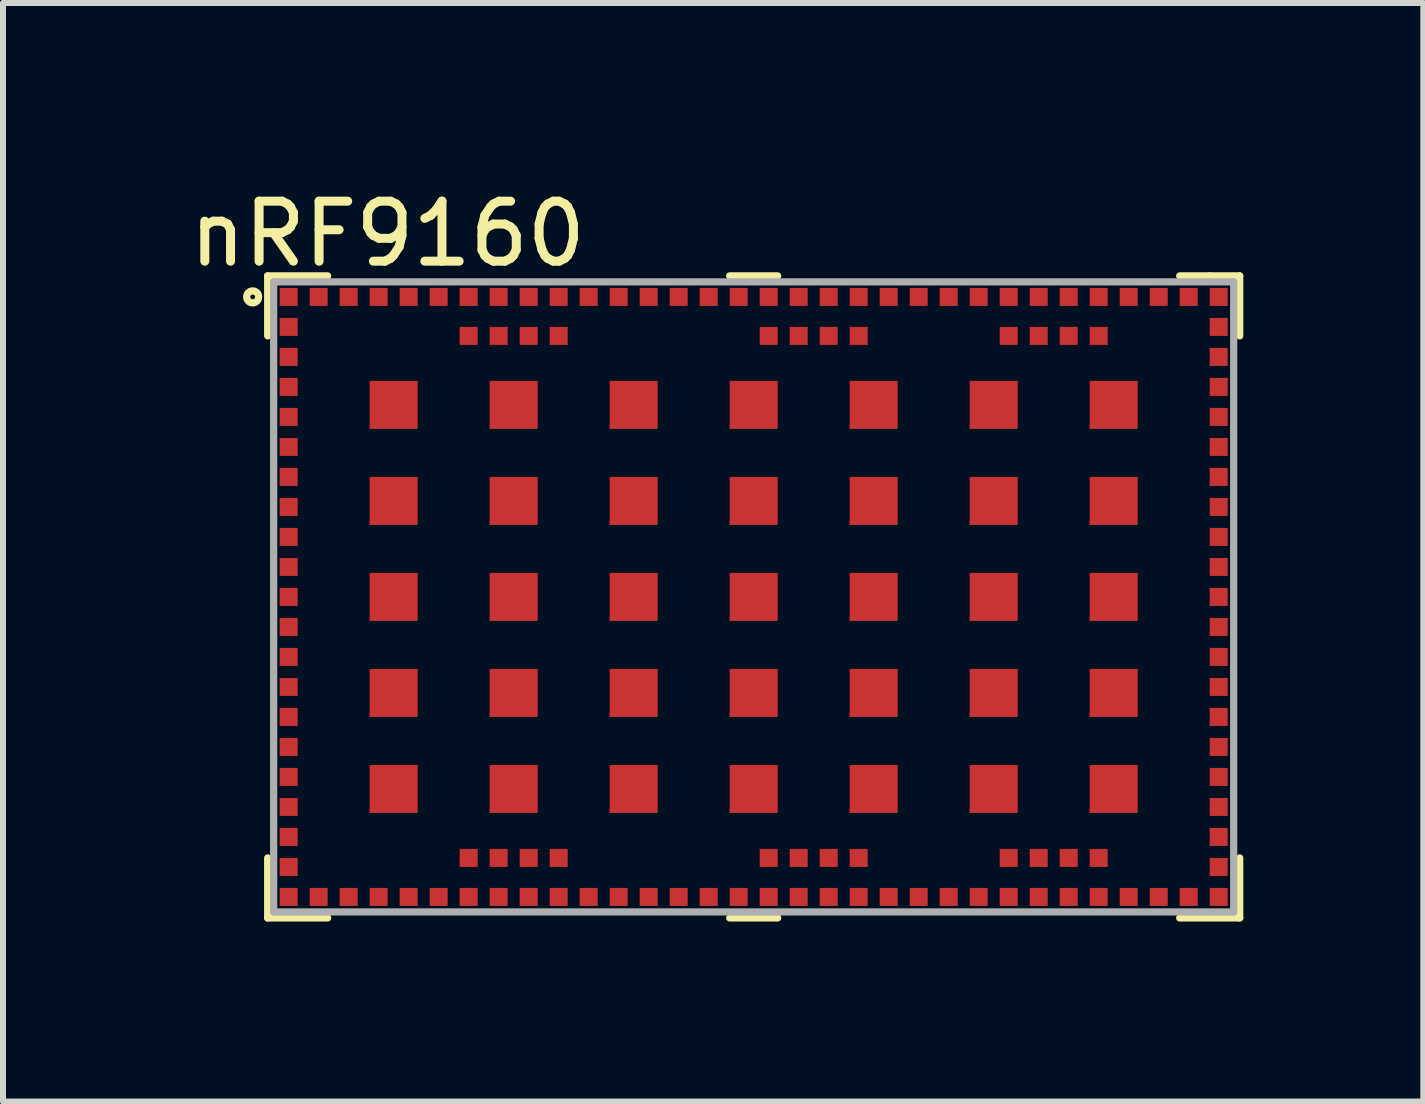
<source format=kicad_pcb>
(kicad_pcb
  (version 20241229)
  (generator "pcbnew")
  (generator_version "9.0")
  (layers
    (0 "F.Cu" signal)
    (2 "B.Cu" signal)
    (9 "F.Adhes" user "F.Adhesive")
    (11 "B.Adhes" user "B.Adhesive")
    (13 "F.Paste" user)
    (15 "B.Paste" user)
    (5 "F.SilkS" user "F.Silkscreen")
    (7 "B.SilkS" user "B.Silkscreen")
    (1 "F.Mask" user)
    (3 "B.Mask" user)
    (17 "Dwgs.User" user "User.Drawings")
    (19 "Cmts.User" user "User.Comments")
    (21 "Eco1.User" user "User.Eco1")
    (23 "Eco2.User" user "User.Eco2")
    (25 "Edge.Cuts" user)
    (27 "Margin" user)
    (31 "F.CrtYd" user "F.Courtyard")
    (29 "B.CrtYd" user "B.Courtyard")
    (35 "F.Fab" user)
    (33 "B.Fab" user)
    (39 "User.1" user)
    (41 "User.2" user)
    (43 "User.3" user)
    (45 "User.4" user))
  (footprint "nRF9160"
    (layer "F.Cu")
    (at 1.761 1.898)
    (property "Reference" "nRF9160" (at 1.65 -1.05 0) (layer "F.SilkS") (effects (font (size 1 1) (thickness 0.15))))
    (attr through_hole)
    (fp_line (start -0.35 -0.35) (end -0.35 0.65) (stroke (width 0.12) (type solid)) (layer "F.SilkS"))
    (fp_line (start -0.35 -0.35) (end 0.65 -0.35) (stroke (width 0.12) (type solid)) (layer "F.SilkS"))
    (fp_line (start -0.35 9.35) (end -0.35 10.35) (stroke (width 0.12) (type solid)) (layer "F.SilkS"))
    (fp_line (start -0.35 10.35) (end 0.65 10.35) (stroke (width 0.12) (type solid)) (layer "F.SilkS"))
    (fp_line (start 7.35 -0.35) (end 8.15 -0.35) (stroke (width 0.12) (type solid)) (layer "F.SilkS"))
    (fp_line (start 7.35 10.35) (end 8.15 10.35) (stroke (width 0.12) (type solid)) (layer "F.SilkS"))
    (fp_line (start 15.35 -0.35) (end 14.85 -0.35) (stroke (width 0.12) (type solid)) (layer "F.SilkS"))
    (fp_line (start 15.85 -0.35) (end 15.35 -0.35) (stroke (width 0.12) (type solid)) (layer "F.SilkS"))
    (fp_line (start 15.85 -0.35) (end 15.85 0.65) (stroke (width 0.12) (type solid)) (layer "F.SilkS"))
    (fp_line (start 15.85 10.35) (end 14.85 10.35) (stroke (width 0.12) (type solid)) (layer "F.SilkS"))
    (fp_line (start 15.85 10.35) (end 15.85 9.35) (stroke (width 0.12) (type solid)) (layer "F.SilkS"))
    (fp_circle (center -0.6 0) (end -0.6 0.1) (stroke (width 0.12) (type solid)) (fill no) (layer "F.SilkS"))
    (fp_line (start -0.25 -0.25) (end 15.75 -0.25) (stroke (width 0.12) (type solid)) (layer "F.Fab"))
    (fp_line (start -0.25 10.25) (end -0.25 -0.25) (stroke (width 0.12) (type solid)) (layer "F.Fab"))
    (fp_line (start 15.75 -0.25) (end 15.75 10.25) (stroke (width 0.12) (type solid)) (layer "F.Fab"))
    (fp_line (start 15.75 10.25) (end -0.25 10.25) (stroke (width 0.12) (type solid)) (layer "F.Fab"))
    (pad "1" smd rect (at 0 0) (size 0.3 0.3) (layers "F.Cu" "F.Mask" "F.Paste"))
    (pad "2" smd rect (at 0 0.5) (size 0.3 0.3) (layers "F.Cu" "F.Mask" "F.Paste"))
    (pad "3" smd rect (at 0 1) (size 0.3 0.3) (layers "F.Cu" "F.Mask" "F.Paste"))
    (pad "4" smd rect (at 0 1.5) (size 0.3 0.3) (layers "F.Cu" "F.Mask" "F.Paste"))
    (pad "5" smd rect (at 0 2) (size 0.3 0.3) (layers "F.Cu" "F.Mask" "F.Paste"))
    (pad "6" smd rect (at 0 2.5) (size 0.3 0.3) (layers "F.Cu" "F.Mask" "F.Paste"))
    (pad "7" smd rect (at 0 3) (size 0.3 0.3) (layers "F.Cu" "F.Mask" "F.Paste"))
    (pad "8" smd rect (at 0 3.5) (size 0.3 0.3) (layers "F.Cu" "F.Mask" "F.Paste"))
    (pad "9" smd rect (at 0 4) (size 0.3 0.3) (layers "F.Cu" "F.Mask" "F.Paste"))
    (pad "10" smd rect (at 0 4.5) (size 0.3 0.3) (layers "F.Cu" "F.Mask" "F.Paste"))
    (pad "11" smd rect (at 0 5) (size 0.3 0.3) (layers "F.Cu" "F.Mask" "F.Paste"))
    (pad "12" smd rect (at 0 5.5) (size 0.3 0.3) (layers "F.Cu" "F.Mask" "F.Paste"))
    (pad "13" smd rect (at 0 6) (size 0.3 0.3) (layers "F.Cu" "F.Mask" "F.Paste"))
    (pad "14" smd rect (at 0 6.5) (size 0.3 0.3) (layers "F.Cu" "F.Mask" "F.Paste"))
    (pad "15" smd rect (at 0 7) (size 0.3 0.3) (layers "F.Cu" "F.Mask" "F.Paste"))
    (pad "16" smd rect (at 0 7.5) (size 0.3 0.3) (layers "F.Cu" "F.Mask" "F.Paste"))
    (pad "17" smd rect (at 0 8) (size 0.3 0.3) (layers "F.Cu" "F.Mask" "F.Paste"))
    (pad "18" smd rect (at 0 8.5) (size 0.3 0.3) (layers "F.Cu" "F.Mask" "F.Paste"))
    (pad "19" smd rect (at 0 9) (size 0.3 0.3) (layers "F.Cu" "F.Mask" "F.Paste"))
    (pad "20" smd rect (at 0 9.5) (size 0.3 0.3) (layers "F.Cu" "F.Mask" "F.Paste"))
    (pad "21" smd rect (at 0 10) (size 0.3 0.3) (layers "F.Cu" "F.Mask" "F.Paste"))
    (pad "22" smd rect (at 0.5 10) (size 0.3 0.3) (layers "F.Cu" "F.Mask" "F.Paste"))
    (pad "23" smd rect (at 1 10) (size 0.3 0.3) (layers "F.Cu" "F.Mask" "F.Paste"))
    (pad "24" smd rect (at 1.5 10) (size 0.3 0.3) (layers "F.Cu" "F.Mask" "F.Paste"))
    (pad "25" smd rect (at 2 10) (size 0.3 0.3) (layers "F.Cu" "F.Mask" "F.Paste"))
    (pad "26" smd rect (at 2.5 10) (size 0.3 0.3) (layers "F.Cu" "F.Mask" "F.Paste"))
    (pad "27" smd rect (at 3 10) (size 0.3 0.3) (layers "F.Cu" "F.Mask" "F.Paste"))
    (pad "28" smd rect (at 3.5 10) (size 0.3 0.3) (layers "F.Cu" "F.Mask" "F.Paste"))
    (pad "29" smd rect (at 4 10) (size 0.3 0.3) (layers "F.Cu" "F.Mask" "F.Paste"))
    (pad "30" smd rect (at 4.5 10) (size 0.3 0.3) (layers "F.Cu" "F.Mask" "F.Paste"))
    (pad "31" smd rect (at 5 10) (size 0.3 0.3) (layers "F.Cu" "F.Mask" "F.Paste"))
    (pad "32" smd rect (at 5.5 10) (size 0.3 0.3) (layers "F.Cu" "F.Mask" "F.Paste"))
    (pad "33" smd rect (at 6 10) (size 0.3 0.3) (layers "F.Cu" "F.Mask" "F.Paste"))
    (pad "34" smd rect (at 6.5 10) (size 0.3 0.3) (layers "F.Cu" "F.Mask" "F.Paste"))
    (pad "35" smd rect (at 7 10) (size 0.3 0.3) (layers "F.Cu" "F.Mask" "F.Paste"))
    (pad "36" smd rect (at 7.5 10) (size 0.3 0.3) (layers "F.Cu" "F.Mask" "F.Paste"))
    (pad "37" smd rect (at 8 10) (size 0.3 0.3) (layers "F.Cu" "F.Mask" "F.Paste"))
    (pad "38" smd rect (at 8.5 10) (size 0.3 0.3) (layers "F.Cu" "F.Mask" "F.Paste"))
    (pad "39" smd rect (at 9 10) (size 0.3 0.3) (layers "F.Cu" "F.Mask" "F.Paste"))
    (pad "40" smd rect (at 9.5 10) (size 0.3 0.3) (layers "F.Cu" "F.Mask" "F.Paste"))
    (pad "41" smd rect (at 10 10) (size 0.3 0.3) (layers "F.Cu" "F.Mask" "F.Paste"))
    (pad "42" smd rect (at 10.5 10) (size 0.3 0.3) (layers "F.Cu" "F.Mask" "F.Paste"))
    (pad "43" smd rect (at 11 10) (size 0.3 0.3) (layers "F.Cu" "F.Mask" "F.Paste"))
    (pad "44" smd rect (at 11.5 10) (size 0.3 0.3) (layers "F.Cu" "F.Mask" "F.Paste"))
    (pad "45" smd rect (at 12 10) (size 0.3 0.3) (layers "F.Cu" "F.Mask" "F.Paste"))
    (pad "46" smd rect (at 12.5 10) (size 0.3 0.3) (layers "F.Cu" "F.Mask" "F.Paste"))
    (pad "47" smd rect (at 13 10) (size 0.3 0.3) (layers "F.Cu" "F.Mask" "F.Paste"))
    (pad "48" smd rect (at 13.5 10) (size 0.3 0.3) (layers "F.Cu" "F.Mask" "F.Paste"))
    (pad "49" smd rect (at 14 10) (size 0.3 0.3) (layers "F.Cu" "F.Mask" "F.Paste"))
    (pad "50" smd rect (at 14.5 10) (size 0.3 0.3) (layers "F.Cu" "F.Mask" "F.Paste"))
    (pad "51" smd rect (at 15 10) (size 0.3 0.3) (layers "F.Cu" "F.Mask" "F.Paste"))
    (pad "52" smd rect (at 15.5 10) (size 0.3 0.3) (layers "F.Cu" "F.Mask" "F.Paste"))
    (pad "53" smd rect (at 15.5 9.5) (size 0.3 0.3) (layers "F.Cu" "F.Mask" "F.Paste"))
    (pad "54" smd rect (at 15.5 9) (size 0.3 0.3) (layers "F.Cu" "F.Mask" "F.Paste"))
    (pad "55" smd rect (at 15.5 8.5) (size 0.3 0.3) (layers "F.Cu" "F.Mask" "F.Paste"))
    (pad "56" smd rect (at 15.5 8) (size 0.3 0.3) (layers "F.Cu" "F.Mask" "F.Paste"))
    (pad "57" smd rect (at 15.5 7.5) (size 0.3 0.3) (layers "F.Cu" "F.Mask" "F.Paste"))
    (pad "58" smd rect (at 15.5 7) (size 0.3 0.3) (layers "F.Cu" "F.Mask" "F.Paste"))
    (pad "59" smd rect (at 15.5 6.5) (size 0.3 0.3) (layers "F.Cu" "F.Mask" "F.Paste"))
    (pad "60" smd rect (at 15.5 6) (size 0.3 0.3) (layers "F.Cu" "F.Mask" "F.Paste"))
    (pad "61" smd rect (at 15.5 5.5) (size 0.3 0.3) (layers "F.Cu" "F.Mask" "F.Paste"))
    (pad "62" smd rect (at 15.5 5) (size 0.3 0.3) (layers "F.Cu" "F.Mask" "F.Paste"))
    (pad "63" smd rect (at 15.5 4.5) (size 0.3 0.3) (layers "F.Cu" "F.Mask" "F.Paste"))
    (pad "64" smd rect (at 15.5 4) (size 0.3 0.3) (layers "F.Cu" "F.Mask" "F.Paste"))
    (pad "65" smd rect (at 15.5 3.5) (size 0.3 0.3) (layers "F.Cu" "F.Mask" "F.Paste"))
    (pad "66" smd rect (at 15.5 3) (size 0.3 0.3) (layers "F.Cu" "F.Mask" "F.Paste"))
    (pad "67" smd rect (at 15.5 2.5) (size 0.3 0.3) (layers "F.Cu" "F.Mask" "F.Paste"))
    (pad "68" smd rect (at 15.5 2) (size 0.3 0.3) (layers "F.Cu" "F.Mask" "F.Paste"))
    (pad "69" smd rect (at 15.5 1.5) (size 0.3 0.3) (layers "F.Cu" "F.Mask" "F.Paste"))
    (pad "70" smd rect (at 15.5 1) (size 0.3 0.3) (layers "F.Cu" "F.Mask" "F.Paste"))
    (pad "71" smd rect (at 15.5 0.5) (size 0.3 0.3) (layers "F.Cu" "F.Mask" "F.Paste"))
    (pad "72" smd rect (at 15.5 0) (size 0.3 0.3) (layers "F.Cu" "F.Mask" "F.Paste"))
    (pad "73" smd rect (at 15 0) (size 0.3 0.3) (layers "F.Cu" "F.Mask" "F.Paste"))
    (pad "74" smd rect (at 14.5 0) (size 0.3 0.3) (layers "F.Cu" "F.Mask" "F.Paste"))
    (pad "75" smd rect (at 14 0) (size 0.3 0.3) (layers "F.Cu" "F.Mask" "F.Paste"))
    (pad "76" smd rect (at 13.5 0) (size 0.3 0.3) (layers "F.Cu" "F.Mask" "F.Paste"))
    (pad "77" smd rect (at 13 0) (size 0.3 0.3) (layers "F.Cu" "F.Mask" "F.Paste"))
    (pad "78" smd rect (at 12.5 0) (size 0.3 0.3) (layers "F.Cu" "F.Mask" "F.Paste"))
    (pad "79" smd rect (at 12 0) (size 0.3 0.3) (layers "F.Cu" "F.Mask" "F.Paste"))
    (pad "80" smd rect (at 11.5 0) (size 0.3 0.3) (layers "F.Cu" "F.Mask" "F.Paste"))
    (pad "81" smd rect (at 11 0) (size 0.3 0.3) (layers "F.Cu" "F.Mask" "F.Paste"))
    (pad "82" smd rect (at 10.5 0) (size 0.3 0.3) (layers "F.Cu" "F.Mask" "F.Paste"))
    (pad "83" smd rect (at 10 0) (size 0.3 0.3) (layers "F.Cu" "F.Mask" "F.Paste"))
    (pad "84" smd rect (at 9.5 0) (size 0.3 0.3) (layers "F.Cu" "F.Mask" "F.Paste"))
    (pad "85" smd rect (at 9 0) (size 0.3 0.3) (layers "F.Cu" "F.Mask" "F.Paste"))
    (pad "86" smd rect (at 8.5 0) (size 0.3 0.3) (layers "F.Cu" "F.Mask" "F.Paste"))
    (pad "87" smd rect (at 8 0) (size 0.3 0.3) (layers "F.Cu" "F.Mask" "F.Paste"))
    (pad "88" smd rect (at 7.5 0) (size 0.3 0.3) (layers "F.Cu" "F.Mask" "F.Paste"))
    (pad "89" smd rect (at 7 0) (size 0.3 0.3) (layers "F.Cu" "F.Mask" "F.Paste"))
    (pad "90" smd rect (at 6.5 0) (size 0.3 0.3) (layers "F.Cu" "F.Mask" "F.Paste"))
    (pad "91" smd rect (at 6 0) (size 0.3 0.3) (layers "F.Cu" "F.Mask" "F.Paste"))
    (pad "92" smd rect (at 5.5 0) (size 0.3 0.3) (layers "F.Cu" "F.Mask" "F.Paste"))
    (pad "93" smd rect (at 5 0) (size 0.3 0.3) (layers "F.Cu" "F.Mask" "F.Paste"))
    (pad "94" smd rect (at 4.5 0) (size 0.3 0.3) (layers "F.Cu" "F.Mask" "F.Paste"))
    (pad "95" smd rect (at 4 0) (size 0.3 0.3) (layers "F.Cu" "F.Mask" "F.Paste"))
    (pad "96" smd rect (at 3.5 0) (size 0.3 0.3) (layers "F.Cu" "F.Mask" "F.Paste"))
    (pad "97" smd rect (at 3 0) (size 0.3 0.3) (layers "F.Cu" "F.Mask" "F.Paste"))
    (pad "98" smd rect (at 2.5 0) (size 0.3 0.3) (layers "F.Cu" "F.Mask" "F.Paste"))
    (pad "99" smd rect (at 2 0) (size 0.3 0.3) (layers "F.Cu" "F.Mask" "F.Paste"))
    (pad "100" smd rect (at 1.5 0) (size 0.3 0.3) (layers "F.Cu" "F.Mask" "F.Paste"))
    (pad "101" smd rect (at 1 0) (size 0.3 0.3) (layers "F.Cu" "F.Mask" "F.Paste"))
    (pad "102" smd rect (at 0.5 0) (size 0.3 0.3) (layers "F.Cu" "F.Mask" "F.Paste"))
    (pad "103" smd rect (at 1.75 1.8) (size 0.8 0.8) (layers "F.Cu" "F.Mask" "F.Paste"))
    (pad "103" smd rect (at 1.75 3.4) (size 0.8 0.8) (layers "F.Cu" "F.Mask" "F.Paste"))
    (pad "103" smd rect (at 1.75 5) (size 0.8 0.8) (layers "F.Cu" "F.Mask" "F.Paste"))
    (pad "103" smd rect (at 1.75 6.6) (size 0.8 0.8) (layers "F.Cu" "F.Mask" "F.Paste"))
    (pad "103" smd rect (at 1.75 8.2) (size 0.8 0.8) (layers "F.Cu" "F.Mask" "F.Paste"))
    (pad "103" smd rect (at 3.75 1.8) (size 0.8 0.8) (layers "F.Cu" "F.Mask" "F.Paste"))
    (pad "103" smd rect (at 3.75 3.4) (size 0.8 0.8) (layers "F.Cu" "F.Mask" "F.Paste"))
    (pad "103" smd rect (at 3.75 5) (size 0.8 0.8) (layers "F.Cu" "F.Mask" "F.Paste"))
    (pad "103" smd rect (at 3.75 6.6) (size 0.8 0.8) (layers "F.Cu" "F.Mask" "F.Paste"))
    (pad "103" smd rect (at 3.75 8.2) (size 0.8 0.8) (layers "F.Cu" "F.Mask" "F.Paste"))
    (pad "103" smd rect (at 5.75 1.8) (size 0.8 0.8) (layers "F.Cu" "F.Mask" "F.Paste"))
    (pad "103" smd rect (at 5.75 5) (size 0.8 0.8) (layers "F.Cu" "F.Mask" "F.Paste"))
    (pad "103" smd rect (at 5.75 6.6) (size 0.8 0.8) (layers "F.Cu" "F.Mask" "F.Paste"))
    (pad "103" smd rect (at 5.75 8.2) (size 0.8 0.8) (layers "F.Cu" "F.Mask" "F.Paste"))
    (pad "103" smd rect (at 7.75 1.8) (size 0.8 0.8) (layers "F.Cu" "F.Mask" "F.Paste"))
    (pad "103" smd rect (at 7.75 3.4) (size 0.8 0.8) (layers "F.Cu" "F.Mask" "F.Paste"))
    (pad "103" smd rect (at 7.75 5) (size 0.8 0.8) (layers "F.Cu" "F.Mask" "F.Paste"))
    (pad "103" smd rect (at 7.75 6.6) (size 0.8 0.8) (layers "F.Cu" "F.Mask" "F.Paste"))
    (pad "103" smd rect (at 7.75 8.2) (size 0.8 0.8) (layers "F.Cu" "F.Mask" "F.Paste"))
    (pad "103" smd rect (at 9.75 1.8) (size 0.8 0.8) (layers "F.Cu" "F.Mask" "F.Paste"))
    (pad "103" smd rect (at 9.75 3.4) (size 0.8 0.8) (layers "F.Cu" "F.Mask" "F.Paste"))
    (pad "103" smd rect (at 9.75 5) (size 0.8 0.8) (layers "F.Cu" "F.Mask" "F.Paste"))
    (pad "103" smd rect (at 9.75 6.6) (size 0.8 0.8) (layers "F.Cu" "F.Mask" "F.Paste"))
    (pad "103" smd rect (at 9.75 8.2) (size 0.8 0.8) (layers "F.Cu" "F.Mask" "F.Paste"))
    (pad "103" smd rect (at 11.75 1.8) (size 0.8 0.8) (layers "F.Cu" "F.Mask" "F.Paste"))
    (pad "103" smd rect (at 11.75 3.4) (size 0.8 0.8) (layers "F.Cu" "F.Mask" "F.Paste"))
    (pad "103" smd rect (at 11.75 5) (size 0.8 0.8) (layers "F.Cu" "F.Mask" "F.Paste"))
    (pad "103" smd rect (at 11.75 6.6) (size 0.8 0.8) (layers "F.Cu" "F.Mask" "F.Paste"))
    (pad "103" smd rect (at 11.75 8.2) (size 0.8 0.8) (layers "F.Cu" "F.Mask" "F.Paste"))
    (pad "103" smd rect (at 13.75 1.8) (size 0.8 0.8) (layers "F.Cu" "F.Mask" "F.Paste"))
    (pad "103" smd rect (at 13.75 3.4) (size 0.8 0.8) (layers "F.Cu" "F.Mask" "F.Paste"))
    (pad "103" smd rect (at 13.75 5) (size 0.8 0.8) (layers "F.Cu" "F.Mask" "F.Paste"))
    (pad "103" smd rect (at 13.75 6.6) (size 0.8 0.8) (layers "F.Cu" "F.Mask" "F.Paste"))
    (pad "103" smd rect (at 13.75 8.2) (size 0.8 0.8) (layers "F.Cu" "F.Mask" "F.Paste"))
    (pad "104" smd rect (at 3 9.35) (size 0.3 0.3) (layers "F.Cu" "F.Mask" "F.Paste"))
    (pad "105" smd rect (at 3.5 9.35) (size 0.3 0.3) (layers "F.Cu" "F.Mask" "F.Paste"))
    (pad "106" smd rect (at 4 9.35) (size 0.3 0.3) (layers "F.Cu" "F.Mask" "F.Paste"))
    (pad "107" smd rect (at 4.5 9.35) (size 0.3 0.3) (layers "F.Cu" "F.Mask" "F.Paste"))
    (pad "108" smd rect (at 8 9.35) (size 0.3 0.3) (layers "F.Cu" "F.Mask" "F.Paste"))
    (pad "109" smd rect (at 8.5 9.35) (size 0.3 0.3) (layers "F.Cu" "F.Mask" "F.Paste"))
    (pad "110" smd rect (at 9 9.35) (size 0.3 0.3) (layers "F.Cu" "F.Mask" "F.Paste"))
    (pad "111" smd rect (at 9.5 9.35) (size 0.3 0.3) (layers "F.Cu" "F.Mask" "F.Paste"))
    (pad "112" smd rect (at 12 9.35) (size 0.3 0.3) (layers "F.Cu" "F.Mask" "F.Paste"))
    (pad "113" smd rect (at 12.5 9.35) (size 0.3 0.3) (layers "F.Cu" "F.Mask" "F.Paste"))
    (pad "114" smd rect (at 13 9.35) (size 0.3 0.3) (layers "F.Cu" "F.Mask" "F.Paste"))
    (pad "115" smd rect (at 13.5 9.35) (size 0.3 0.3) (layers "F.Cu" "F.Mask" "F.Paste"))
    (pad "116" smd rect (at 13.5 0.65) (size 0.3 0.3) (layers "F.Cu" "F.Mask" "F.Paste"))
    (pad "117" smd rect (at 13 0.65) (size 0.3 0.3) (layers "F.Cu" "F.Mask" "F.Paste"))
    (pad "118" smd rect (at 12.5 0.65) (size 0.3 0.3) (layers "F.Cu" "F.Mask" "F.Paste"))
    (pad "119" smd rect (at 12 0.65) (size 0.3 0.3) (layers "F.Cu" "F.Mask" "F.Paste"))
    (pad "120" smd rect (at 9.5 0.65) (size 0.3 0.3) (layers "F.Cu" "F.Mask" "F.Paste"))
    (pad "121" smd rect (at 9 0.65) (size 0.3 0.3) (layers "F.Cu" "F.Mask" "F.Paste"))
    (pad "122" smd rect (at 8.5 0.65) (size 0.3 0.3) (layers "F.Cu" "F.Mask" "F.Paste"))
    (pad "123" smd rect (at 8 0.65) (size 0.3 0.3) (layers "F.Cu" "F.Mask" "F.Paste"))
    (pad "124" smd rect (at 4.5 0.65) (size 0.3 0.3) (layers "F.Cu" "F.Mask" "F.Paste"))
    (pad "125" smd rect (at 4 0.65) (size 0.3 0.3) (layers "F.Cu" "F.Mask" "F.Paste"))
    (pad "126" smd rect (at 3.5 0.65) (size 0.3 0.3) (layers "F.Cu" "F.Mask" "F.Paste"))
    (pad "127" smd rect (at 3 0.65) (size 0.3 0.3) (layers "F.Cu" "F.Mask" "F.Paste"))
    (pad "130" smd rect (at 5.75 3.4) (size 0.8 0.8) (layers "F.Cu" "F.Mask" "F.Paste")))
  (gr_rect
    (start -3 -3)
    (end 20.671 15.308)
    (stroke (width 0.1) (type default))
    (fill no)
    (layer "Edge.Cuts")))
</source>
